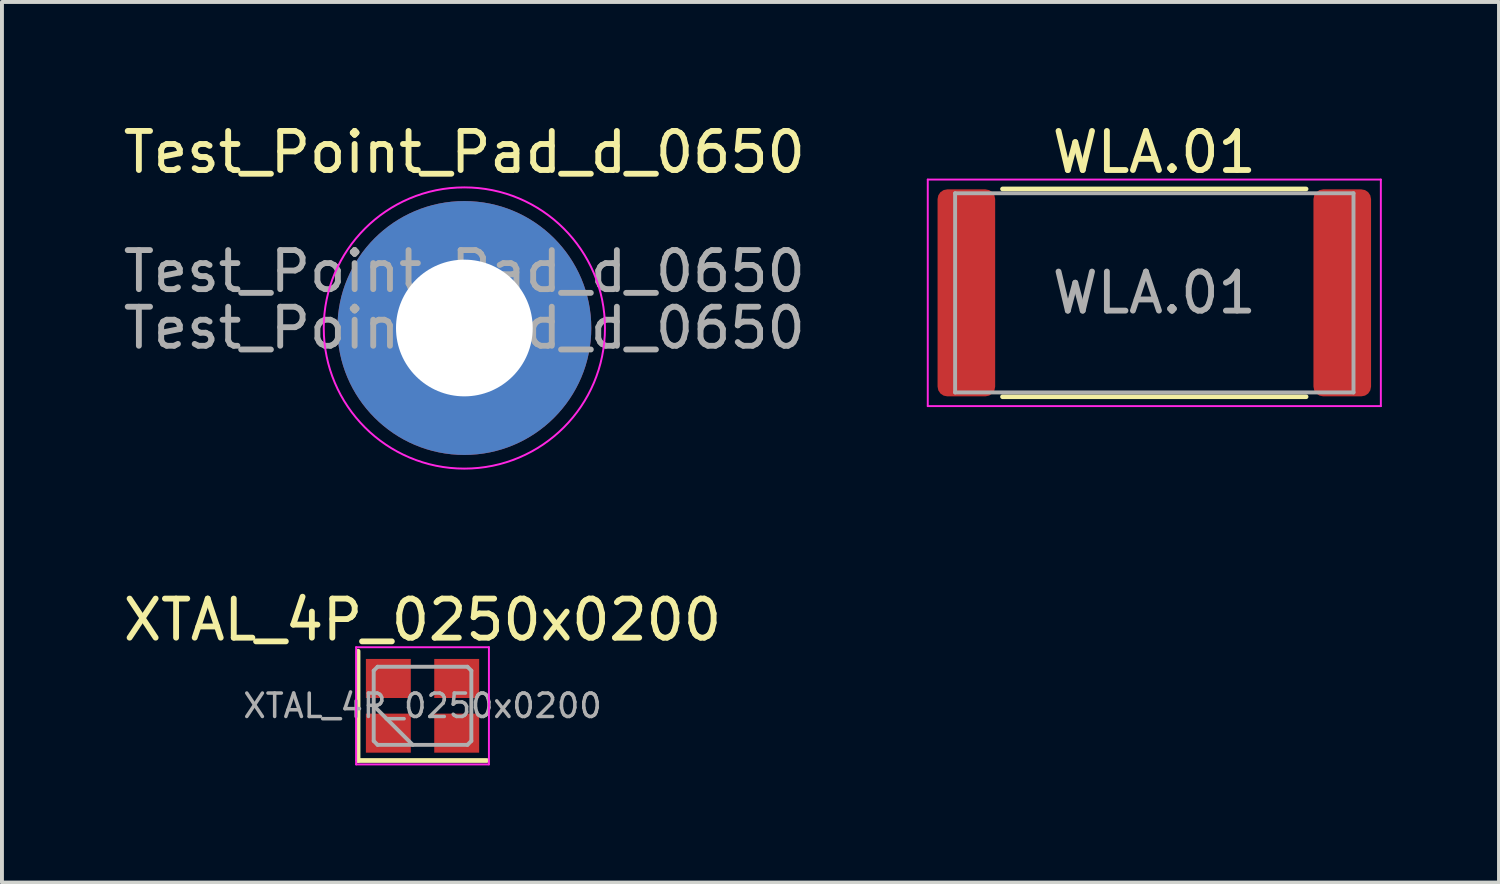
<source format=kicad_pcb>
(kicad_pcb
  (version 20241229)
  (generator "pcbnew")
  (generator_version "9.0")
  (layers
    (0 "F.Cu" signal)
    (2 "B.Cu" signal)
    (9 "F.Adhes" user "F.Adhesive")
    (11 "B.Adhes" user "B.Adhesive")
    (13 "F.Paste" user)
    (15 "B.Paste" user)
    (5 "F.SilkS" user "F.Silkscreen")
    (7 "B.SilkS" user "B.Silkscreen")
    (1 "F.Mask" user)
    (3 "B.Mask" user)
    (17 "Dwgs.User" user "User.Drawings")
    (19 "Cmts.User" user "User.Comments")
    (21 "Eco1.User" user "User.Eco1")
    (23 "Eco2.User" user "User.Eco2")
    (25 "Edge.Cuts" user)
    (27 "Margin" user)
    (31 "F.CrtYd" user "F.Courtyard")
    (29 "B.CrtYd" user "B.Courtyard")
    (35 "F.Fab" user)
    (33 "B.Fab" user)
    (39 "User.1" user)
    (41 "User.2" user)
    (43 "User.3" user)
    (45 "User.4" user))
  (footprint "WLA.01"
    (layer "F.Cu")
    (at 26.504 4.448)
    (property "Reference" "WLA.01" (at 0 -3.6 0) (layer "F.SilkS") (effects (font (size 1 1) (thickness 0.15))))
    (attr smd)
    (fp_line (start -3.886 -2.66) (end 3.886 -2.66) (stroke (width 0.12) (type solid)) (layer "F.SilkS"))
    (fp_line (start -3.886 2.66) (end 3.886 2.66) (stroke (width 0.12) (type solid)) (layer "F.SilkS"))
    (fp_line (start -5.8 -2.9) (end 5.8 -2.9) (stroke (width 0.05) (type solid)) (layer "F.CrtYd"))
    (fp_line (start -5.8 2.9) (end -5.8 -2.9) (stroke (width 0.05) (type solid)) (layer "F.CrtYd"))
    (fp_line (start 5.8 -2.9) (end 5.8 2.9) (stroke (width 0.05) (type solid)) (layer "F.CrtYd"))
    (fp_line (start 5.8 2.9) (end -5.8 2.9) (stroke (width 0.05) (type solid)) (layer "F.CrtYd"))
    (fp_line (start -5.1 -2.55) (end 5.1 -2.55) (stroke (width 0.1) (type solid)) (layer "F.Fab"))
    (fp_line (start -5.1 2.55) (end -5.1 -2.55) (stroke (width 0.1) (type solid)) (layer "F.Fab"))
    (fp_line (start 5.1 -2.55) (end 5.1 2.55) (stroke (width 0.1) (type solid)) (layer "F.Fab"))
    (fp_line (start 5.1 2.55) (end -5.1 2.55) (stroke (width 0.1) (type solid)) (layer "F.Fab"))
    (fp_text user "${REFERENCE}" (at 0 0 0) (layer "F.Fab") (effects (font (size 1 1) (thickness 0.15))))
    (pad "1" smd roundrect (at -4.812 0) (size 1.475 5.3) (layers "F.Cu" "F.Mask" "F.Paste") (roundrect_rratio 0.169))
    (pad "2" smd roundrect (at 4.812 0) (size 1.475 5.3) (layers "F.Cu" "F.Mask" "F.Paste") (roundrect_rratio 0.169)))
  (footprint "XTAL_4P_0250x0200"
    (layer "F.Cu")
    (at 7.768 15.021)
    (property "Reference" "XTAL_4P_0250x0200" (at 0 -2.2 0) (layer "F.SilkS") (effects (font (size 1 1) (thickness 0.15))))
    (attr smd)
    (fp_line (start -1.65 -1.4) (end -1.65 1.4) (stroke (width 0.12) (type solid)) (layer "F.SilkS"))
    (fp_line (start -1.65 1.4) (end 1.65 1.4) (stroke (width 0.12) (type solid)) (layer "F.SilkS"))
    (fp_line (start -1.7 -1.5) (end -1.7 1.5) (stroke (width 0.05) (type solid)) (layer "F.CrtYd"))
    (fp_line (start -1.7 1.5) (end 1.7 1.5) (stroke (width 0.05) (type solid)) (layer "F.CrtYd"))
    (fp_line (start 1.7 -1.5) (end -1.7 -1.5) (stroke (width 0.05) (type solid)) (layer "F.CrtYd"))
    (fp_line (start 1.7 1.5) (end 1.7 -1.5) (stroke (width 0.05) (type solid)) (layer "F.CrtYd"))
    (fp_line (start -1.25 -0.9) (end -1.15 -1) (stroke (width 0.1) (type solid)) (layer "F.Fab"))
    (fp_line (start -1.25 0) (end -0.25 1) (stroke (width 0.1) (type solid)) (layer "F.Fab"))
    (fp_line (start -1.25 0.9) (end -1.25 -0.9) (stroke (width 0.1) (type solid)) (layer "F.Fab"))
    (fp_line (start -1.15 -1) (end 1.15 -1) (stroke (width 0.1) (type solid)) (layer "F.Fab"))
    (fp_line (start -1.15 1) (end -1.25 0.9) (stroke (width 0.1) (type solid)) (layer "F.Fab"))
    (fp_line (start 1.15 -1) (end 1.25 -0.9) (stroke (width 0.1) (type solid)) (layer "F.Fab"))
    (fp_line (start 1.15 1) (end -1.15 1) (stroke (width 0.1) (type solid)) (layer "F.Fab"))
    (fp_line (start 1.25 -0.9) (end 1.25 0.9) (stroke (width 0.1) (type solid)) (layer "F.Fab"))
    (fp_line (start 1.25 0.9) (end 1.15 1) (stroke (width 0.1) (type solid)) (layer "F.Fab"))
    (fp_text user "${REFERENCE}" (at 0 0 0) (layer "F.Fab") (effects (font (size 0.6 0.6) (thickness 0.09))))
    (pad "1" smd rect (at -0.875 0.7) (size 1.15 1) (layers "F.Cu" "F.Mask" "F.Paste"))
    (pad "2" smd rect (at 0.875 0.7) (size 1.15 1) (layers "F.Cu" "F.Mask" "F.Paste"))
    (pad "3" smd rect (at 0.875 -0.7) (size 1.15 1) (layers "F.Cu" "F.Mask" "F.Paste"))
    (pad "4" smd rect (at -0.875 -0.7) (size 1.15 1) (layers "F.Cu" "F.Mask" "F.Paste")))
  (footprint "Test_Point_Pad_d_0650"
    (layer "F.Cu")
    (at 8.839 5.348)
    (property "Reference" "Test_Point_Pad_d_0650" (at 0 -4.5 0) (layer "F.SilkS") (effects (font (size 1 1) (thickness 0.15))))
    (attr exclude_from_pos_files exclude_from_bom)
    (fp_circle (center 0 0) (end 3.6 0) (stroke (width 0.05) (type solid)) (fill no) (layer "F.CrtYd"))
    (fp_text user "${REFERENCE}" (at 0 -1.45 0) (layer "F.Fab") (effects (font (size 1 1) (thickness 0.15))))
    (fp_text user "${REFERENCE}" (at 0 0 0) (layer "F.Fab") (effects (font (size 1 1) (thickness 0.15))))
    (pad "1" thru_hole circle (at 0 0) (size 6.5 6.5) (drill 3.5) (layers "*.Cu" "*.Mask")))
  (gr_rect
    (start -3 -3)
    (end 35.329 19.547)
    (stroke (width 0.1) (type default))
    (fill no)
    (layer "Edge.Cuts")))
</source>
